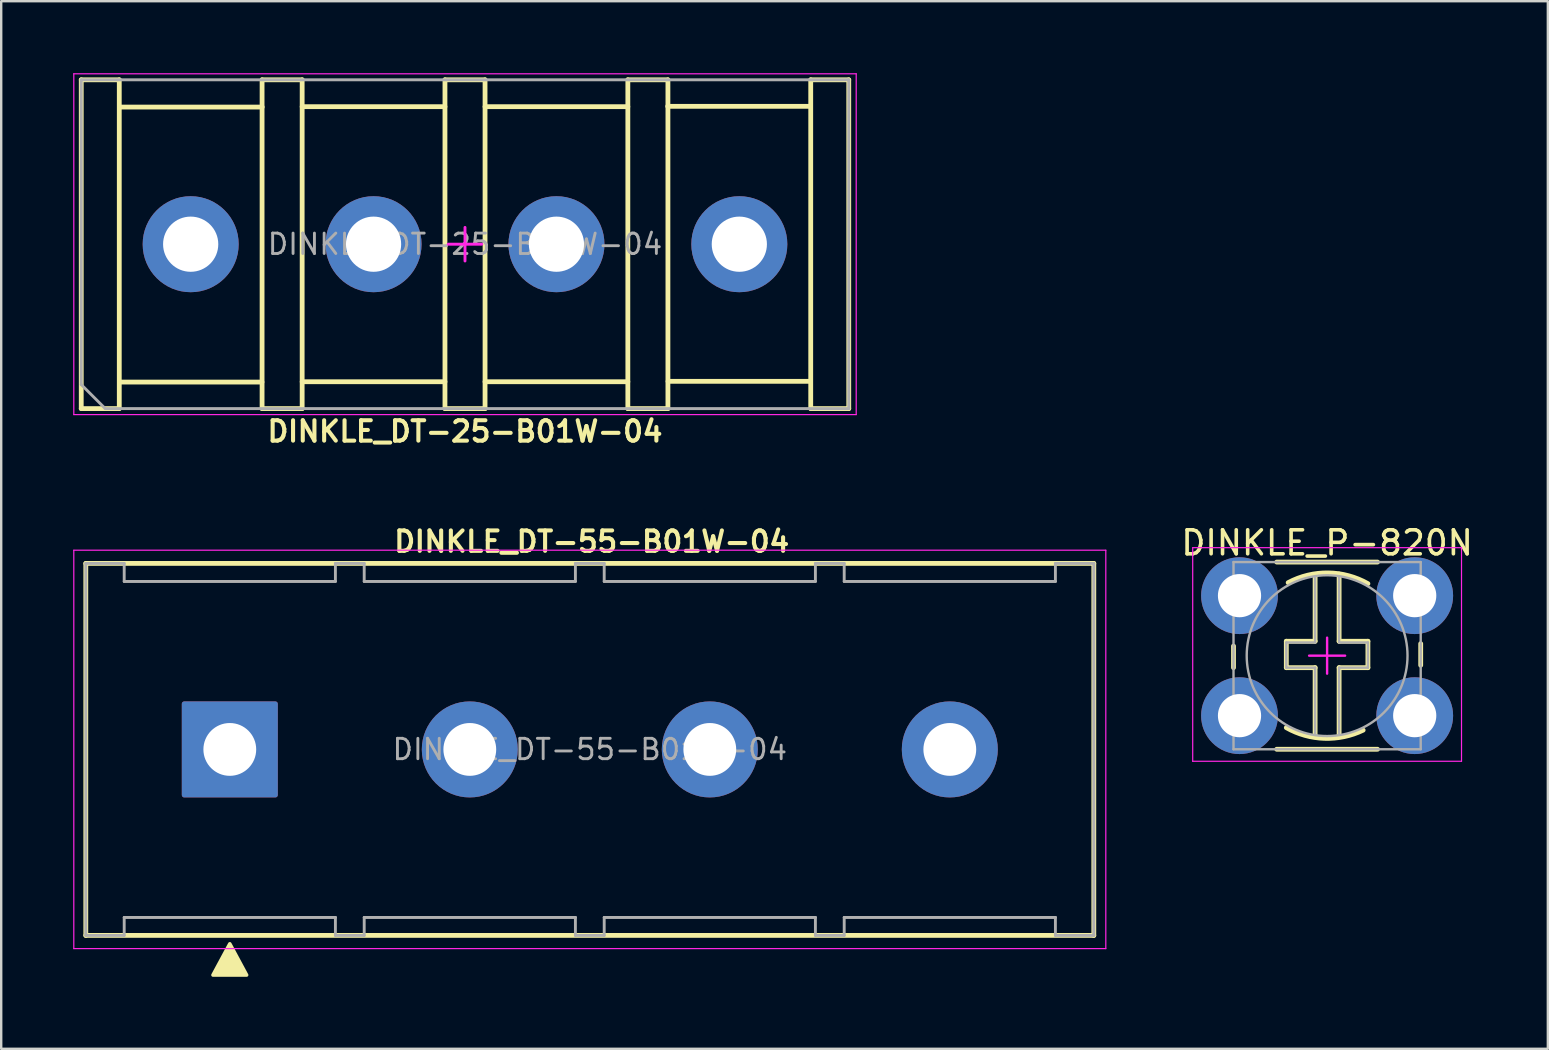
<source format=kicad_pcb>
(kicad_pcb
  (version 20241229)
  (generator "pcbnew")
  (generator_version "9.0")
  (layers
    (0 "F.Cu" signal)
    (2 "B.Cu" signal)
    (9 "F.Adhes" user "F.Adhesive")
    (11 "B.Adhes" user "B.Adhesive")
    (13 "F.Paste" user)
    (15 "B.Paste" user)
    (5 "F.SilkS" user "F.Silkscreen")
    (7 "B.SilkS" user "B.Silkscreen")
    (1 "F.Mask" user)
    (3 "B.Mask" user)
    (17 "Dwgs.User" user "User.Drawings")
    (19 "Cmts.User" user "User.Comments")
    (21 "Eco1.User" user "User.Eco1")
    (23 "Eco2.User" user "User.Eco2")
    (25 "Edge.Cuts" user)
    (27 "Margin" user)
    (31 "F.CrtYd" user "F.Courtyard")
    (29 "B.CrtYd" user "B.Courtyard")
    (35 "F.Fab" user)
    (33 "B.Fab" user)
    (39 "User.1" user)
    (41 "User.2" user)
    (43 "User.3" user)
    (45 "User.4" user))
  (footprint "DINKLE_DT-25-B01W-04"
    (layer "F.Cu")
    (at 16.325 7.125)
    (property "Reference" "DINKLE_DT-25-B01W-04" (at 0 7.8 0) (layer "F.SilkS") (effects (font (size 0.85 0.85) (thickness 0.17))))
    (attr through_hole)
    (fp_line (start -15.99 -6.85) (end -15.99 6.85) (stroke (width 0.2) (type solid)) (layer "F.SilkS"))
    (fp_line (start -15.99 -6.85) (end -14.405 -6.85) (stroke (width 0.2) (type solid)) (layer "F.SilkS"))
    (fp_line (start -15.99 6.85) (end -14.405 6.85) (stroke (width 0.2) (type solid)) (layer "F.SilkS"))
    (fp_line (start -14.405 -6.85) (end -14.405 6.85) (stroke (width 0.2) (type solid)) (layer "F.SilkS"))
    (fp_line (start -14.396 -5.715) (end -8.45 -5.715) (stroke (width 0.2) (type solid)) (layer "F.SilkS"))
    (fp_line (start -8.46 5.745) (end -14.396 5.745) (stroke (width 0.2) (type solid)) (layer "F.SilkS"))
    (fp_line (start -8.455 -6.85) (end -6.785 -6.85) (stroke (width 0.2) (type solid)) (layer "F.SilkS"))
    (fp_line (start -8.455 6.85) (end -8.455 -6.85) (stroke (width 0.2) (type solid)) (layer "F.SilkS"))
    (fp_line (start -8.455 6.85) (end -6.785 6.85) (stroke (width 0.2) (type solid)) (layer "F.SilkS"))
    (fp_line (start -6.785 -6.85) (end -6.785 6.85) (stroke (width 0.2) (type solid)) (layer "F.SilkS"))
    (fp_line (start -6.785 -5.73) (end -0.835 -5.73) (stroke (width 0.2) (type solid)) (layer "F.SilkS"))
    (fp_line (start -0.835 -6.85) (end 0.835 -6.85) (stroke (width 0.2) (type solid)) (layer "F.SilkS"))
    (fp_line (start -0.835 5.73) (end -6.785 5.73) (stroke (width 0.2) (type solid)) (layer "F.SilkS"))
    (fp_line (start -0.835 6.85) (end -0.835 -6.85) (stroke (width 0.2) (type solid)) (layer "F.SilkS"))
    (fp_line (start -0.835 6.85) (end 0.835 6.85) (stroke (width 0.2) (type solid)) (layer "F.SilkS"))
    (fp_line (start 0.835 -6.85) (end 0.835 6.85) (stroke (width 0.2) (type solid)) (layer "F.SilkS"))
    (fp_line (start 0.835 -5.73) (end 6.785 -5.73) (stroke (width 0.2) (type solid)) (layer "F.SilkS"))
    (fp_line (start 6.785 -6.85) (end 8.455 -6.85) (stroke (width 0.2) (type solid)) (layer "F.SilkS"))
    (fp_line (start 6.785 5.73) (end 0.835 5.73) (stroke (width 0.2) (type solid)) (layer "F.SilkS"))
    (fp_line (start 6.785 6.85) (end 6.785 -6.85) (stroke (width 0.2) (type solid)) (layer "F.SilkS"))
    (fp_line (start 6.785 6.85) (end 8.455 6.85) (stroke (width 0.2) (type solid)) (layer "F.SilkS"))
    (fp_line (start 8.445 -5.745) (end 14.396 -5.745) (stroke (width 0.2) (type solid)) (layer "F.SilkS"))
    (fp_line (start 8.455 -6.85) (end 8.455 6.85) (stroke (width 0.2) (type solid)) (layer "F.SilkS"))
    (fp_line (start 14.396 5.715) (end 8.46 5.715) (stroke (width 0.2) (type solid)) (layer "F.SilkS"))
    (fp_line (start 14.405 -6.85) (end 14.405 6.85) (stroke (width 0.2) (type solid)) (layer "F.SilkS"))
    (fp_line (start 14.405 -6.85) (end 15.99 -6.85) (stroke (width 0.2) (type solid)) (layer "F.SilkS"))
    (fp_line (start 14.405 6.85) (end 15.99 6.85) (stroke (width 0.2) (type solid)) (layer "F.SilkS"))
    (fp_line (start 15.99 -6.85) (end 15.99 6.85) (stroke (width 0.2) (type solid)) (layer "F.SilkS"))
    (fp_line (start -16.3 -7.1) (end 16.3 -7.1) (stroke (width 0.05) (type solid)) (layer "F.CrtYd"))
    (fp_line (start -16.3 7.1) (end -16.3 -7.1) (stroke (width 0.05) (type solid)) (layer "F.CrtYd"))
    (fp_line (start 0 0.7) (end 0 -0.7) (stroke (width 0.12) (type solid)) (layer "F.CrtYd"))
    (fp_line (start 0.7 0) (end -0.7 0) (stroke (width 0.12) (type solid)) (layer "F.CrtYd"))
    (fp_line (start 16.3 7.1) (end -16.3 7.1) (stroke (width 0.05) (type solid)) (layer "F.CrtYd"))
    (fp_line (start 16.3 7.1) (end 16.3 -7.1) (stroke (width 0.05) (type solid)) (layer "F.CrtYd"))
    (fp_line (start -15.99 -6.85) (end 15.99 -6.85) (stroke (width 0.12) (type solid)) (layer "F.Fab"))
    (fp_line (start -15.99 5.85) (end -15.99 -6.85) (stroke (width 0.12) (type solid)) (layer "F.Fab"))
    (fp_line (start -15.99 5.85) (end -15 6.84) (stroke (width 0.12) (type solid)) (layer "F.Fab"))
    (fp_line (start 15.99 -6.85) (end 15.99 6.85) (stroke (width 0.12) (type solid)) (layer "F.Fab"))
    (fp_line (start 15.99 6.85) (end -14.99 6.85) (stroke (width 0.12) (type solid)) (layer "F.Fab"))
    (fp_text user "${REFERENCE}" (at 0 0 0) (layer "F.Fab") (effects (font (size 0.85 0.85) (thickness 0.12))))
    (pad "1" thru_hole circle (at -11.43 0) (size 4 4) (drill 2.3) (layers "*.Cu" "*.Mask"))
    (pad "2" thru_hole circle (at -3.81 0) (size 4 4) (drill 2.3) (layers "*.Cu" "*.Mask"))
    (pad "3" thru_hole circle (at 3.81 0) (size 4 4) (drill 2.3) (layers "*.Cu" "*.Mask"))
    (pad "4" thru_hole circle (at 11.43 0) (size 4 4) (drill 2.3) (layers "*.Cu" "*.Mask")))
  (footprint "DINKLE_P-820N"
    (layer "F.Cu")
    (at 52.246 24.269)
    (property "Reference" "DINKLE_P-820N" (at 0 -4.7 0) (layer "F.SilkS") (effects (font (size 1 1) (thickness 0.15))))
    (attr through_hole)
    (fp_line (start -3.9 0.5) (end -3.9 -0.4) (stroke (width 0.2) (type solid)) (layer "F.SilkS"))
    (fp_line (start -2.1 -3.9) (end 2.1 -3.9) (stroke (width 0.2) (type solid)) (layer "F.SilkS"))
    (fp_line (start -1.7 -0.6) (end -1.7 0.5) (stroke (width 0.2) (type solid)) (layer "F.SilkS"))
    (fp_line (start -1.7 0.5) (end -0.5 0.5) (stroke (width 0.2) (type solid)) (layer "F.SilkS"))
    (fp_line (start -0.5 -3.3) (end -0.5 -0.6) (stroke (width 0.2) (type solid)) (layer "F.SilkS"))
    (fp_line (start -0.5 -0.6) (end -1.7 -0.6) (stroke (width 0.2) (type solid)) (layer "F.SilkS"))
    (fp_line (start -0.5 0.5) (end -0.5 3.3) (stroke (width 0.2) (type solid)) (layer "F.SilkS"))
    (fp_line (start 0.5 -0.6) (end 0.5 -3.4) (stroke (width 0.2) (type solid)) (layer "F.SilkS"))
    (fp_line (start 0.5 0.5) (end 1.7 0.5) (stroke (width 0.2) (type solid)) (layer "F.SilkS"))
    (fp_line (start 0.5 3.3) (end 0.5 0.5) (stroke (width 0.2) (type solid)) (layer "F.SilkS"))
    (fp_line (start 1.7 -0.6) (end 0.5 -0.6) (stroke (width 0.2) (type solid)) (layer "F.SilkS"))
    (fp_line (start 1.7 0.5) (end 1.7 -0.6) (stroke (width 0.2) (type solid)) (layer "F.SilkS"))
    (fp_line (start 2.1 3.9) (end -2.1 3.9) (stroke (width 0.2) (type solid)) (layer "F.SilkS"))
    (fp_line (start 3.9 -0.5) (end 3.9 0.4) (stroke (width 0.2) (type solid)) (layer "F.SilkS"))
    (fp_arc (start -1.622676 -3.042519) (mid 0.044122 -3.447906) (end 1.7 -3) (stroke (width 0.2) (type solid)) (layer "F.SilkS"))
    (fp_arc (start 1.501896 3.103918) (mid -0.111853 3.446373) (end -1.7 3) (stroke (width 0.2) (type solid)) (layer "F.SilkS"))
    (fp_line (start -5.6 -4.5) (end 5.6 -4.5) (stroke (width 0.05) (type solid)) (layer "F.CrtYd"))
    (fp_line (start -5.6 4.4) (end -5.6 -4.5) (stroke (width 0.05) (type solid)) (layer "F.CrtYd"))
    (fp_line (start 0 0.75) (end 0 -0.75) (stroke (width 0.1) (type solid)) (layer "F.CrtYd"))
    (fp_line (start 0.75 0) (end -0.75 0) (stroke (width 0.1) (type solid)) (layer "F.CrtYd"))
    (fp_line (start 5.6 -4.5) (end 5.6 4.4) (stroke (width 0.05) (type solid)) (layer "F.CrtYd"))
    (fp_line (start 5.6 4.4) (end -5.6 4.4) (stroke (width 0.05) (type solid)) (layer "F.CrtYd"))
    (fp_line (start -3.9 -3.9) (end -3.9 3.9) (stroke (width 0.1) (type solid)) (layer "F.Fab"))
    (fp_line (start -1.7 -0.55) (end -1.7 0.5) (stroke (width 0.1) (type solid)) (layer "F.Fab"))
    (fp_line (start -1.7 0.5) (end -0.5 0.5) (stroke (width 0.1) (type solid)) (layer "F.Fab"))
    (fp_line (start -0.5 -3.3) (end -0.5 -0.55) (stroke (width 0.1) (type solid)) (layer "F.Fab"))
    (fp_line (start -0.5 -0.55) (end -1.7 -0.55) (stroke (width 0.1) (type solid)) (layer "F.Fab"))
    (fp_line (start -0.5 0.5) (end -0.5 3.3) (stroke (width 0.1) (type solid)) (layer "F.Fab"))
    (fp_line (start 0.5 -0.55) (end 0.5 -3.3) (stroke (width 0.1) (type solid)) (layer "F.Fab"))
    (fp_line (start 0.5 0.5) (end 1.7 0.5) (stroke (width 0.1) (type solid)) (layer "F.Fab"))
    (fp_line (start 0.5 3.25) (end 0.5 0.5) (stroke (width 0.1) (type solid)) (layer "F.Fab"))
    (fp_line (start 1.7 -0.55) (end 0.5 -0.55) (stroke (width 0.1) (type solid)) (layer "F.Fab"))
    (fp_line (start 1.7 0.5) (end 1.7 -0.55) (stroke (width 0.1) (type solid)) (layer "F.Fab"))
    (fp_line (start 3.9 -3.9) (end -3.9 -3.9) (stroke (width 0.1) (type solid)) (layer "F.Fab"))
    (fp_line (start 3.9 -3.9) (end 3.9 3.9) (stroke (width 0.1) (type solid)) (layer "F.Fab"))
    (fp_line (start 3.9 3.9) (end -3.9 3.9) (stroke (width 0.1) (type solid)) (layer "F.Fab"))
    (fp_circle (center 0 0) (end 3.35 0) (stroke (width 0.1) (type solid)) (fill no) (layer "F.Fab"))
    (pad "1" thru_hole circle (at -3.65 -2.5) (size 3.2 3.2) (drill 1.8) (layers "*.Cu" "*.Mask"))
    (pad "1" thru_hole circle (at -3.65 2.5) (size 3.2 3.2) (drill 1.8) (layers "*.Cu" "*.Mask"))
    (pad "1" thru_hole circle (at 3.65 -2.5) (size 3.2 3.2) (drill 1.8) (layers "*.Cu" "*.Mask"))
    (pad "1" thru_hole circle (at 3.65 2.5) (size 3.2 3.2) (drill 1.8) (layers "*.Cu" "*.Mask")))
  (footprint "DINKLE_DT-55-B01W-04"
    (layer "F.Cu")
    (at 21.525 28.176)
    (property "Reference" "DINKLE_DT-55-B01W-04" (at 0.08 -8.66 0) (layer "F.SilkS") (effects (font (size 0.85 0.85) (thickness 0.17))))
    (attr through_hole)
    (fp_line (start -21 -7.75) (end 21 -7.75) (stroke (width 0.2) (type solid)) (layer "F.SilkS"))
    (fp_line (start -21 7.75) (end -21 -7.75) (stroke (width 0.2) (type solid)) (layer "F.SilkS"))
    (fp_line (start -21 7.75) (end 21 7.75) (stroke (width 0.2) (type solid)) (layer "F.SilkS"))
    (fp_line (start 21 -7.75) (end 21 7.75) (stroke (width 0.2) (type solid)) (layer "F.SilkS"))
    (fp_poly (pts (xy -14.3 9.4) (xy -15 8.1) (xy -15.7 9.4)) (stroke (width 0.15) (type solid)) (fill yes) (layer "F.SilkS"))
    (fp_line (start -21.5 -8.3) (end 21.5 -8.3) (stroke (width 0.05) (type solid)) (layer "F.CrtYd"))
    (fp_line (start -21.5 8.3) (end -21.5 -8.3) (stroke (width 0.05) (type solid)) (layer "F.CrtYd"))
    (fp_line (start -21.5 8.3) (end 21.5 8.3) (stroke (width 0.05) (type solid)) (layer "F.CrtYd"))
    (fp_line (start 21.5 -8.3) (end 21.5 8.3) (stroke (width 0.05) (type solid)) (layer "F.CrtYd"))
    (fp_line (start -21 -7.75) (end -21 7.75) (stroke (width 0.12) (type solid)) (layer "F.Fab"))
    (fp_line (start -21 7.75) (end -19.4 7.75) (stroke (width 0.12) (type solid)) (layer "F.Fab"))
    (fp_line (start -19.4 -7.75) (end -21 -7.75) (stroke (width 0.12) (type solid)) (layer "F.Fab"))
    (fp_line (start -19.4 -7) (end -19.4 -7.75) (stroke (width 0.12) (type solid)) (layer "F.Fab"))
    (fp_line (start -19.4 -7) (end -10.6 -7) (stroke (width 0.1) (type solid)) (layer "F.Fab"))
    (fp_line (start -19.4 7) (end -10.6 7) (stroke (width 0.1) (type solid)) (layer "F.Fab"))
    (fp_line (start -19.4 7) (end -10.6 7) (stroke (width 0.12) (type solid)) (layer "F.Fab"))
    (fp_line (start -19.4 7.75) (end -19.4 7) (stroke (width 0.12) (type solid)) (layer "F.Fab"))
    (fp_line (start -10.6 -7.75) (end -10.6 -7) (stroke (width 0.12) (type solid)) (layer "F.Fab"))
    (fp_line (start -10.6 -7) (end -19.4 -7) (stroke (width 0.12) (type solid)) (layer "F.Fab"))
    (fp_line (start -10.6 7) (end -10.6 7.75) (stroke (width 0.12) (type solid)) (layer "F.Fab"))
    (fp_line (start -10.6 7.75) (end -9.4 7.75) (stroke (width 0.12) (type solid)) (layer "F.Fab"))
    (fp_line (start -9.4 -7.75) (end -10.6 -7.75) (stroke (width 0.12) (type solid)) (layer "F.Fab"))
    (fp_line (start -9.4 -7) (end -9.4 -7.75) (stroke (width 0.12) (type solid)) (layer "F.Fab"))
    (fp_line (start -9.4 -7) (end -0.6 -7) (stroke (width 0.1) (type solid)) (layer "F.Fab"))
    (fp_line (start -9.4 7) (end -0.6 7) (stroke (width 0.1) (type solid)) (layer "F.Fab"))
    (fp_line (start -9.4 7) (end -0.6 7) (stroke (width 0.12) (type solid)) (layer "F.Fab"))
    (fp_line (start -9.4 7.75) (end -9.4 7) (stroke (width 0.12) (type solid)) (layer "F.Fab"))
    (fp_line (start -0.6 -7.75) (end -0.6 -7) (stroke (width 0.12) (type solid)) (layer "F.Fab"))
    (fp_line (start -0.6 -7) (end -9.4 -7) (stroke (width 0.12) (type solid)) (layer "F.Fab"))
    (fp_line (start -0.6 7) (end -0.6 7.75) (stroke (width 0.12) (type solid)) (layer "F.Fab"))
    (fp_line (start -0.6 7.75) (end 0.6 7.75) (stroke (width 0.12) (type solid)) (layer "F.Fab"))
    (fp_line (start 0.6 -7.75) (end -0.6 -7.75) (stroke (width 0.12) (type solid)) (layer "F.Fab"))
    (fp_line (start 0.6 -7) (end 0.6 -7.75) (stroke (width 0.12) (type solid)) (layer "F.Fab"))
    (fp_line (start 0.6 -7) (end 9.4 -7) (stroke (width 0.1) (type solid)) (layer "F.Fab"))
    (fp_line (start 0.6 7) (end 9.4 7) (stroke (width 0.1) (type solid)) (layer "F.Fab"))
    (fp_line (start 0.6 7) (end 9.4 7) (stroke (width 0.12) (type solid)) (layer "F.Fab"))
    (fp_line (start 0.6 7.75) (end 0.6 7) (stroke (width 0.12) (type solid)) (layer "F.Fab"))
    (fp_line (start 9.4 -7.75) (end 9.4 -7) (stroke (width 0.12) (type solid)) (layer "F.Fab"))
    (fp_line (start 9.4 -7) (end 0.6 -7) (stroke (width 0.12) (type solid)) (layer "F.Fab"))
    (fp_line (start 9.4 7) (end 9.4 7.75) (stroke (width 0.12) (type solid)) (layer "F.Fab"))
    (fp_line (start 9.4 7.75) (end 10.6 7.75) (stroke (width 0.12) (type solid)) (layer "F.Fab"))
    (fp_line (start 10.6 -7.75) (end 9.4 -7.75) (stroke (width 0.12) (type solid)) (layer "F.Fab"))
    (fp_line (start 10.6 -7) (end 10.6 -7.75) (stroke (width 0.12) (type solid)) (layer "F.Fab"))
    (fp_line (start 10.6 -7) (end 19.4 -7) (stroke (width 0.1) (type solid)) (layer "F.Fab"))
    (fp_line (start 10.6 7) (end 19.4 7) (stroke (width 0.1) (type solid)) (layer "F.Fab"))
    (fp_line (start 10.6 7) (end 19.4 7) (stroke (width 0.12) (type solid)) (layer "F.Fab"))
    (fp_line (start 10.6 7.75) (end 10.6 7) (stroke (width 0.12) (type solid)) (layer "F.Fab"))
    (fp_line (start 19.4 -7.75) (end 19.4 -7) (stroke (width 0.12) (type solid)) (layer "F.Fab"))
    (fp_line (start 19.4 -7) (end 10.6 -7) (stroke (width 0.12) (type solid)) (layer "F.Fab"))
    (fp_line (start 19.4 7) (end 19.4 7.75) (stroke (width 0.12) (type solid)) (layer "F.Fab"))
    (fp_line (start 19.4 7.75) (end 21 7.75) (stroke (width 0.12) (type solid)) (layer "F.Fab"))
    (fp_line (start 21 -7.75) (end 19.4 -7.75) (stroke (width 0.12) (type solid)) (layer "F.Fab"))
    (fp_line (start 21 7.75) (end 21 -7.75) (stroke (width 0.12) (type solid)) (layer "F.Fab"))
    (fp_text user "${REFERENCE}" (at 0 0 0) (layer "F.Fab") (effects (font (size 0.85 0.85) (thickness 0.12))))
    (pad "1" thru_hole roundrect (at -15 0) (size 4 4) (drill 2.2) (layers "*.Cu" "*.Mask") (roundrect_rratio 0.025))
    (pad "2" thru_hole circle (at -5 0) (size 4 4) (drill 2.2) (layers "*.Cu" "*.Mask"))
    (pad "3" thru_hole circle (at 5 0) (size 4 4) (drill 2.2) (layers "*.Cu" "*.Mask"))
    (pad "4" thru_hole circle (at 15 0) (size 4 4) (drill 2.2) (layers "*.Cu" "*.Mask")))
  (gr_rect
    (start -3 -3)
    (end 61.443 40.651)
    (stroke (width 0.1) (type default))
    (fill no)
    (layer "Edge.Cuts")))
</source>
